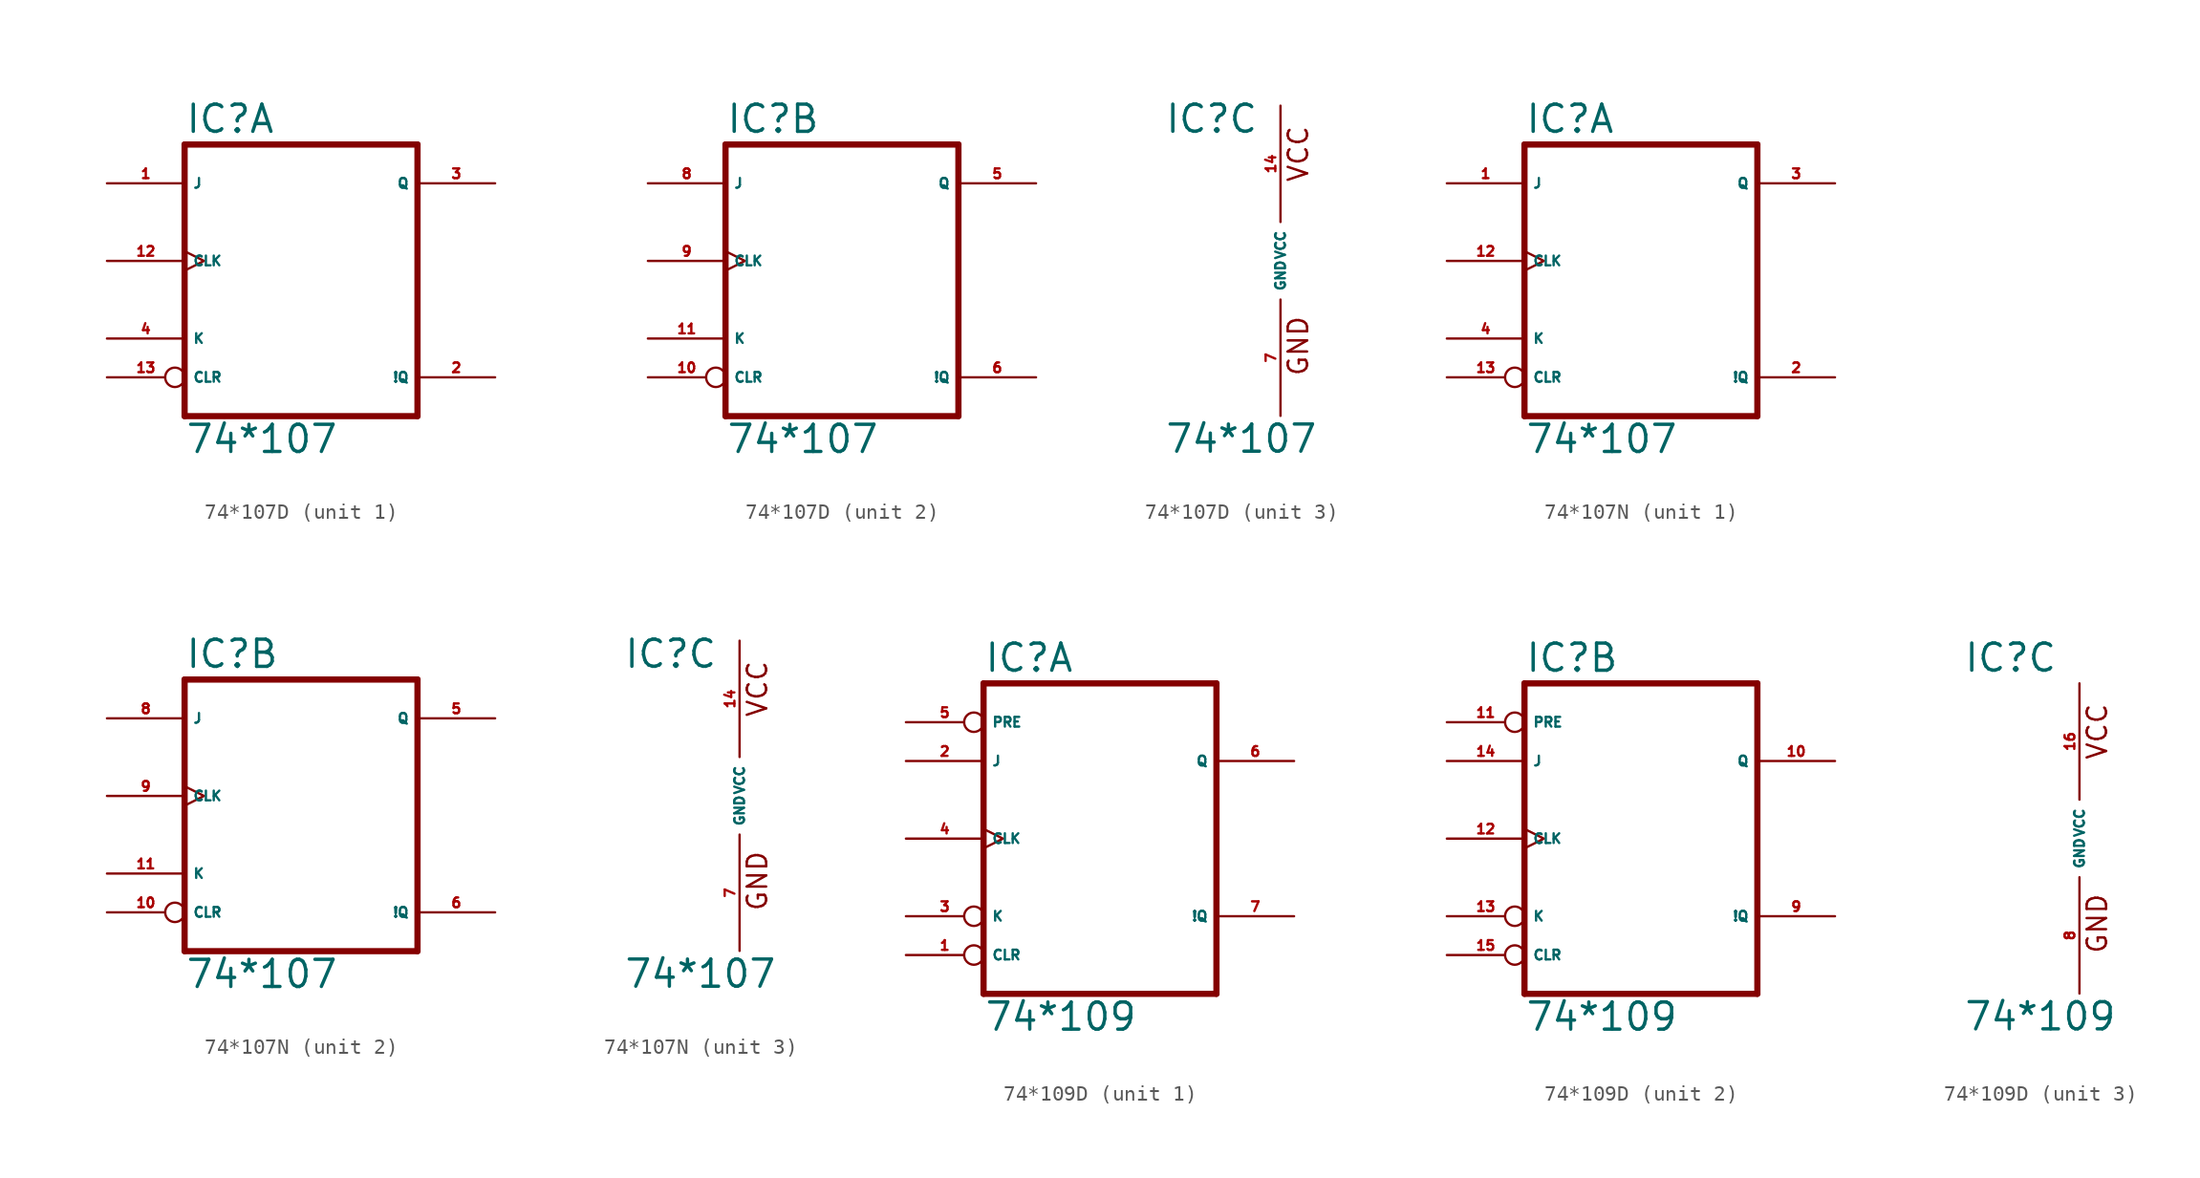
<source format=kicad_sym>
(kicad_symbol_lib
  (version 20220914)
  (generator Eagle2Kicad)
  (symbol "74*107D"
    (property "Reference" "IC"
      (at -7.62 8.255 0)
      (effects (font (size 1.778 1.778) (thickness 0.22)) (justify left bottom)))
    (property "Value" "74*107"
      (at -7.62 -12.7 0)
      (effects (font (size 1.778 1.778) (thickness 0.22)) (justify left bottom)))
    (symbol "74*107D_1_0"
      (polyline (pts (xy -7.62 -10.16) (xy 7.62 -10.16)) (stroke (width 0.406) (type default)) (fill (type none)))
      (polyline (pts (xy 7.62 -10.16) (xy 7.62 7.62)) (stroke (width 0.406) (type default)) (fill (type none)))
      (polyline (pts (xy 7.62 7.62) (xy -7.62 7.62)) (stroke (width 0.406) (type default)) (fill (type none)))
      (polyline (pts (xy -7.62 7.62) (xy -7.62 -10.16)) (stroke (width 0.406) (type default)) (fill (type none)))
      (pin input line (at -12.7 5.08 0) (length 5.08) (name "J" (effects (font (size 0.635 0.635) (thickness 0.08)) (justify left bottom))) (number "1" (effects (font (size 0.635 0.635) (thickness 0.08)) (justify left bottom))))
      (pin output line (at 12.7 -7.62 180) (length 5.08) (name "!Q" (effects (font (size 0.635 0.635) (thickness 0.08)) (justify left bottom))) (number "2" (effects (font (size 0.635 0.635) (thickness 0.08)) (justify left bottom))))
      (pin output line (at 12.7 5.08 180) (length 5.08) (name "Q" (effects (font (size 0.635 0.635) (thickness 0.08)) (justify left bottom))) (number "3" (effects (font (size 0.635 0.635) (thickness 0.08)) (justify left bottom))))
      (pin input line (at -12.7 -5.08 0) (length 5.08) (name "K" (effects (font (size 0.635 0.635) (thickness 0.08)) (justify left bottom))) (number "4" (effects (font (size 0.635 0.635) (thickness 0.08)) (justify left bottom))))
      (pin input clock (at -12.7 0 0) (length 5.08) (name "CLK" (effects (font (size 0.635 0.635) (thickness 0.08)) (justify left bottom))) (number "12" (effects (font (size 0.635 0.635) (thickness 0.08)) (justify left bottom))))
      (pin input inverted (at -12.7 -7.62 0) (length 5.08) (name "CLR" (effects (font (size 0.635 0.635) (thickness 0.08)) (justify left bottom))) (number "13" (effects (font (size 0.635 0.635) (thickness 0.08)) (justify left bottom)))))
    (symbol "74*107D_2_0"
      (polyline (pts (xy -7.62 -10.16) (xy 7.62 -10.16)) (stroke (width 0.406) (type default)) (fill (type none)))
      (polyline (pts (xy 7.62 -10.16) (xy 7.62 7.62)) (stroke (width 0.406) (type default)) (fill (type none)))
      (polyline (pts (xy 7.62 7.62) (xy -7.62 7.62)) (stroke (width 0.406) (type default)) (fill (type none)))
      (polyline (pts (xy -7.62 7.62) (xy -7.62 -10.16)) (stroke (width 0.406) (type default)) (fill (type none)))
      (pin input line (at -12.7 5.08 0) (length 5.08) (name "J" (effects (font (size 0.635 0.635) (thickness 0.08)) (justify left bottom))) (number "8" (effects (font (size 0.635 0.635) (thickness 0.08)) (justify left bottom))))
      (pin output line (at 12.7 -7.62 180) (length 5.08) (name "!Q" (effects (font (size 0.635 0.635) (thickness 0.08)) (justify left bottom))) (number "6" (effects (font (size 0.635 0.635) (thickness 0.08)) (justify left bottom))))
      (pin output line (at 12.7 5.08 180) (length 5.08) (name "Q" (effects (font (size 0.635 0.635) (thickness 0.08)) (justify left bottom))) (number "5" (effects (font (size 0.635 0.635) (thickness 0.08)) (justify left bottom))))
      (pin input line (at -12.7 -5.08 0) (length 5.08) (name "K" (effects (font (size 0.635 0.635) (thickness 0.08)) (justify left bottom))) (number "11" (effects (font (size 0.635 0.635) (thickness 0.08)) (justify left bottom))))
      (pin input clock (at -12.7 0 0) (length 5.08) (name "CLK" (effects (font (size 0.635 0.635) (thickness 0.08)) (justify left bottom))) (number "9" (effects (font (size 0.635 0.635) (thickness 0.08)) (justify left bottom))))
      (pin input inverted (at -12.7 -7.62 0) (length 5.08) (name "CLR" (effects (font (size 0.635 0.635) (thickness 0.08)) (justify left bottom))) (number "10" (effects (font (size 0.635 0.635) (thickness 0.08)) (justify left bottom)))))
    (symbol "74*107D_3_0"
      (text "GND" (at 1.905 -7.62 900) (effects (font (size 1.27 1.27) (thickness 0.16)) (justify left bottom)))
      (text "VCC" (at 1.905 5.08 900) (effects (font (size 1.27 1.27) (thickness 0.16)) (justify left bottom)))
      (pin unspecified line (at 0 -10.16 90) (length 7.62) (name "GND" (effects (font (size 0.635 0.635) (thickness 0.08)) (justify left bottom))) (number "7" (effects (font (size 0.635 0.635) (thickness 0.08)) (justify left bottom))))
      (pin unspecified line (at 0 10.16 270) (length 7.62) (name "VCC" (effects (font (size 0.635 0.635) (thickness 0.08)) (justify left bottom))) (number "14" (effects (font (size 0.635 0.635) (thickness 0.08)) (justify left bottom))))))
  (symbol "74*107N"
    (property "Reference" "IC"
      (at -7.62 8.255 0)
      (effects (font (size 1.778 1.778) (thickness 0.22)) (justify left bottom)))
    (property "Value" "74*107"
      (at -7.62 -12.7 0)
      (effects (font (size 1.778 1.778) (thickness 0.22)) (justify left bottom)))
    (symbol "74*107N_1_0"
      (polyline (pts (xy -7.62 -10.16) (xy 7.62 -10.16)) (stroke (width 0.406) (type default)) (fill (type none)))
      (polyline (pts (xy 7.62 -10.16) (xy 7.62 7.62)) (stroke (width 0.406) (type default)) (fill (type none)))
      (polyline (pts (xy 7.62 7.62) (xy -7.62 7.62)) (stroke (width 0.406) (type default)) (fill (type none)))
      (polyline (pts (xy -7.62 7.62) (xy -7.62 -10.16)) (stroke (width 0.406) (type default)) (fill (type none)))
      (pin input line (at -12.7 5.08 0) (length 5.08) (name "J" (effects (font (size 0.635 0.635) (thickness 0.08)) (justify left bottom))) (number "1" (effects (font (size 0.635 0.635) (thickness 0.08)) (justify left bottom))))
      (pin output line (at 12.7 -7.62 180) (length 5.08) (name "!Q" (effects (font (size 0.635 0.635) (thickness 0.08)) (justify left bottom))) (number "2" (effects (font (size 0.635 0.635) (thickness 0.08)) (justify left bottom))))
      (pin output line (at 12.7 5.08 180) (length 5.08) (name "Q" (effects (font (size 0.635 0.635) (thickness 0.08)) (justify left bottom))) (number "3" (effects (font (size 0.635 0.635) (thickness 0.08)) (justify left bottom))))
      (pin input line (at -12.7 -5.08 0) (length 5.08) (name "K" (effects (font (size 0.635 0.635) (thickness 0.08)) (justify left bottom))) (number "4" (effects (font (size 0.635 0.635) (thickness 0.08)) (justify left bottom))))
      (pin input clock (at -12.7 0 0) (length 5.08) (name "CLK" (effects (font (size 0.635 0.635) (thickness 0.08)) (justify left bottom))) (number "12" (effects (font (size 0.635 0.635) (thickness 0.08)) (justify left bottom))))
      (pin input inverted (at -12.7 -7.62 0) (length 5.08) (name "CLR" (effects (font (size 0.635 0.635) (thickness 0.08)) (justify left bottom))) (number "13" (effects (font (size 0.635 0.635) (thickness 0.08)) (justify left bottom)))))
    (symbol "74*107N_2_0"
      (polyline (pts (xy -7.62 -10.16) (xy 7.62 -10.16)) (stroke (width 0.406) (type default)) (fill (type none)))
      (polyline (pts (xy 7.62 -10.16) (xy 7.62 7.62)) (stroke (width 0.406) (type default)) (fill (type none)))
      (polyline (pts (xy 7.62 7.62) (xy -7.62 7.62)) (stroke (width 0.406) (type default)) (fill (type none)))
      (polyline (pts (xy -7.62 7.62) (xy -7.62 -10.16)) (stroke (width 0.406) (type default)) (fill (type none)))
      (pin input line (at -12.7 5.08 0) (length 5.08) (name "J" (effects (font (size 0.635 0.635) (thickness 0.08)) (justify left bottom))) (number "8" (effects (font (size 0.635 0.635) (thickness 0.08)) (justify left bottom))))
      (pin output line (at 12.7 -7.62 180) (length 5.08) (name "!Q" (effects (font (size 0.635 0.635) (thickness 0.08)) (justify left bottom))) (number "6" (effects (font (size 0.635 0.635) (thickness 0.08)) (justify left bottom))))
      (pin output line (at 12.7 5.08 180) (length 5.08) (name "Q" (effects (font (size 0.635 0.635) (thickness 0.08)) (justify left bottom))) (number "5" (effects (font (size 0.635 0.635) (thickness 0.08)) (justify left bottom))))
      (pin input line (at -12.7 -5.08 0) (length 5.08) (name "K" (effects (font (size 0.635 0.635) (thickness 0.08)) (justify left bottom))) (number "11" (effects (font (size 0.635 0.635) (thickness 0.08)) (justify left bottom))))
      (pin input clock (at -12.7 0 0) (length 5.08) (name "CLK" (effects (font (size 0.635 0.635) (thickness 0.08)) (justify left bottom))) (number "9" (effects (font (size 0.635 0.635) (thickness 0.08)) (justify left bottom))))
      (pin input inverted (at -12.7 -7.62 0) (length 5.08) (name "CLR" (effects (font (size 0.635 0.635) (thickness 0.08)) (justify left bottom))) (number "10" (effects (font (size 0.635 0.635) (thickness 0.08)) (justify left bottom)))))
    (symbol "74*107N_3_0"
      (text "GND" (at 1.905 -7.62 900) (effects (font (size 1.27 1.27) (thickness 0.16)) (justify left bottom)))
      (text "VCC" (at 1.905 5.08 900) (effects (font (size 1.27 1.27) (thickness 0.16)) (justify left bottom)))
      (pin unspecified line (at 0 -10.16 90) (length 7.62) (name "GND" (effects (font (size 0.635 0.635) (thickness 0.08)) (justify left bottom))) (number "7" (effects (font (size 0.635 0.635) (thickness 0.08)) (justify left bottom))))
      (pin unspecified line (at 0 10.16 270) (length 7.62) (name "VCC" (effects (font (size 0.635 0.635) (thickness 0.08)) (justify left bottom))) (number "14" (effects (font (size 0.635 0.635) (thickness 0.08)) (justify left bottom))))))
  (symbol "74*109D"
    (property "Reference" "IC"
      (at -7.62 10.795 0)
      (effects (font (size 1.778 1.778) (thickness 0.22)) (justify left bottom)))
    (property "Value" "74*109"
      (at -7.62 -12.7 0)
      (effects (font (size 1.778 1.778) (thickness 0.22)) (justify left bottom)))
    (symbol "74*109D_1_0"
      (polyline (pts (xy -7.62 -10.16) (xy 7.62 -10.16)) (stroke (width 0.406) (type default)) (fill (type none)))
      (polyline (pts (xy 7.62 -10.16) (xy 7.62 10.16)) (stroke (width 0.406) (type default)) (fill (type none)))
      (polyline (pts (xy 7.62 10.16) (xy -7.62 10.16)) (stroke (width 0.406) (type default)) (fill (type none)))
      (polyline (pts (xy -7.62 10.16) (xy -7.62 -10.16)) (stroke (width 0.406) (type default)) (fill (type none)))
      (pin input inverted (at -12.7 -7.62 0) (length 5.08) (name "CLR" (effects (font (size 0.635 0.635) (thickness 0.08)) (justify left bottom))) (number "1" (effects (font (size 0.635 0.635) (thickness 0.08)) (justify left bottom))))
      (pin input line (at -12.7 5.08 0) (length 5.08) (name "J" (effects (font (size 0.635 0.635) (thickness 0.08)) (justify left bottom))) (number "2" (effects (font (size 0.635 0.635) (thickness 0.08)) (justify left bottom))))
      (pin input inverted (at -12.7 -5.08 0) (length 5.08) (name "K" (effects (font (size 0.635 0.635) (thickness 0.08)) (justify left bottom))) (number "3" (effects (font (size 0.635 0.635) (thickness 0.08)) (justify left bottom))))
      (pin input clock (at -12.7 0 0) (length 5.08) (name "CLK" (effects (font (size 0.635 0.635) (thickness 0.08)) (justify left bottom))) (number "4" (effects (font (size 0.635 0.635) (thickness 0.08)) (justify left bottom))))
      (pin input inverted (at -12.7 7.62 0) (length 5.08) (name "PRE" (effects (font (size 0.635 0.635) (thickness 0.08)) (justify left bottom))) (number "5" (effects (font (size 0.635 0.635) (thickness 0.08)) (justify left bottom))))
      (pin output line (at 12.7 5.08 180) (length 5.08) (name "Q" (effects (font (size 0.635 0.635) (thickness 0.08)) (justify left bottom))) (number "6" (effects (font (size 0.635 0.635) (thickness 0.08)) (justify left bottom))))
      (pin output line (at 12.7 -5.08 180) (length 5.08) (name "!Q" (effects (font (size 0.635 0.635) (thickness 0.08)) (justify left bottom))) (number "7" (effects (font (size 0.635 0.635) (thickness 0.08)) (justify left bottom)))))
    (symbol "74*109D_2_0"
      (polyline (pts (xy -7.62 -10.16) (xy 7.62 -10.16)) (stroke (width 0.406) (type default)) (fill (type none)))
      (polyline (pts (xy 7.62 -10.16) (xy 7.62 10.16)) (stroke (width 0.406) (type default)) (fill (type none)))
      (polyline (pts (xy 7.62 10.16) (xy -7.62 10.16)) (stroke (width 0.406) (type default)) (fill (type none)))
      (polyline (pts (xy -7.62 10.16) (xy -7.62 -10.16)) (stroke (width 0.406) (type default)) (fill (type none)))
      (pin input inverted (at -12.7 -7.62 0) (length 5.08) (name "CLR" (effects (font (size 0.635 0.635) (thickness 0.08)) (justify left bottom))) (number "15" (effects (font (size 0.635 0.635) (thickness 0.08)) (justify left bottom))))
      (pin input line (at -12.7 5.08 0) (length 5.08) (name "J" (effects (font (size 0.635 0.635) (thickness 0.08)) (justify left bottom))) (number "14" (effects (font (size 0.635 0.635) (thickness 0.08)) (justify left bottom))))
      (pin input inverted (at -12.7 -5.08 0) (length 5.08) (name "K" (effects (font (size 0.635 0.635) (thickness 0.08)) (justify left bottom))) (number "13" (effects (font (size 0.635 0.635) (thickness 0.08)) (justify left bottom))))
      (pin input clock (at -12.7 0 0) (length 5.08) (name "CLK" (effects (font (size 0.635 0.635) (thickness 0.08)) (justify left bottom))) (number "12" (effects (font (size 0.635 0.635) (thickness 0.08)) (justify left bottom))))
      (pin input inverted (at -12.7 7.62 0) (length 5.08) (name "PRE" (effects (font (size 0.635 0.635) (thickness 0.08)) (justify left bottom))) (number "11" (effects (font (size 0.635 0.635) (thickness 0.08)) (justify left bottom))))
      (pin output line (at 12.7 5.08 180) (length 5.08) (name "Q" (effects (font (size 0.635 0.635) (thickness 0.08)) (justify left bottom))) (number "10" (effects (font (size 0.635 0.635) (thickness 0.08)) (justify left bottom))))
      (pin output line (at 12.7 -5.08 180) (length 5.08) (name "!Q" (effects (font (size 0.635 0.635) (thickness 0.08)) (justify left bottom))) (number "9" (effects (font (size 0.635 0.635) (thickness 0.08)) (justify left bottom)))))
    (symbol "74*109D_3_0"
      (text "GND" (at 1.905 -7.62 900) (effects (font (size 1.27 1.27) (thickness 0.16)) (justify left bottom)))
      (text "VCC" (at 1.905 5.08 900) (effects (font (size 1.27 1.27) (thickness 0.16)) (justify left bottom)))
      (pin unspecified line (at 0 -10.16 90) (length 7.62) (name "GND" (effects (font (size 0.635 0.635) (thickness 0.08)) (justify left bottom))) (number "8" (effects (font (size 0.635 0.635) (thickness 0.08)) (justify left bottom))))
      (pin unspecified line (at 0 10.16 270) (length 7.62) (name "VCC" (effects (font (size 0.635 0.635) (thickness 0.08)) (justify left bottom))) (number "16" (effects (font (size 0.635 0.635) (thickness 0.08)) (justify left bottom)))))))
</source>
